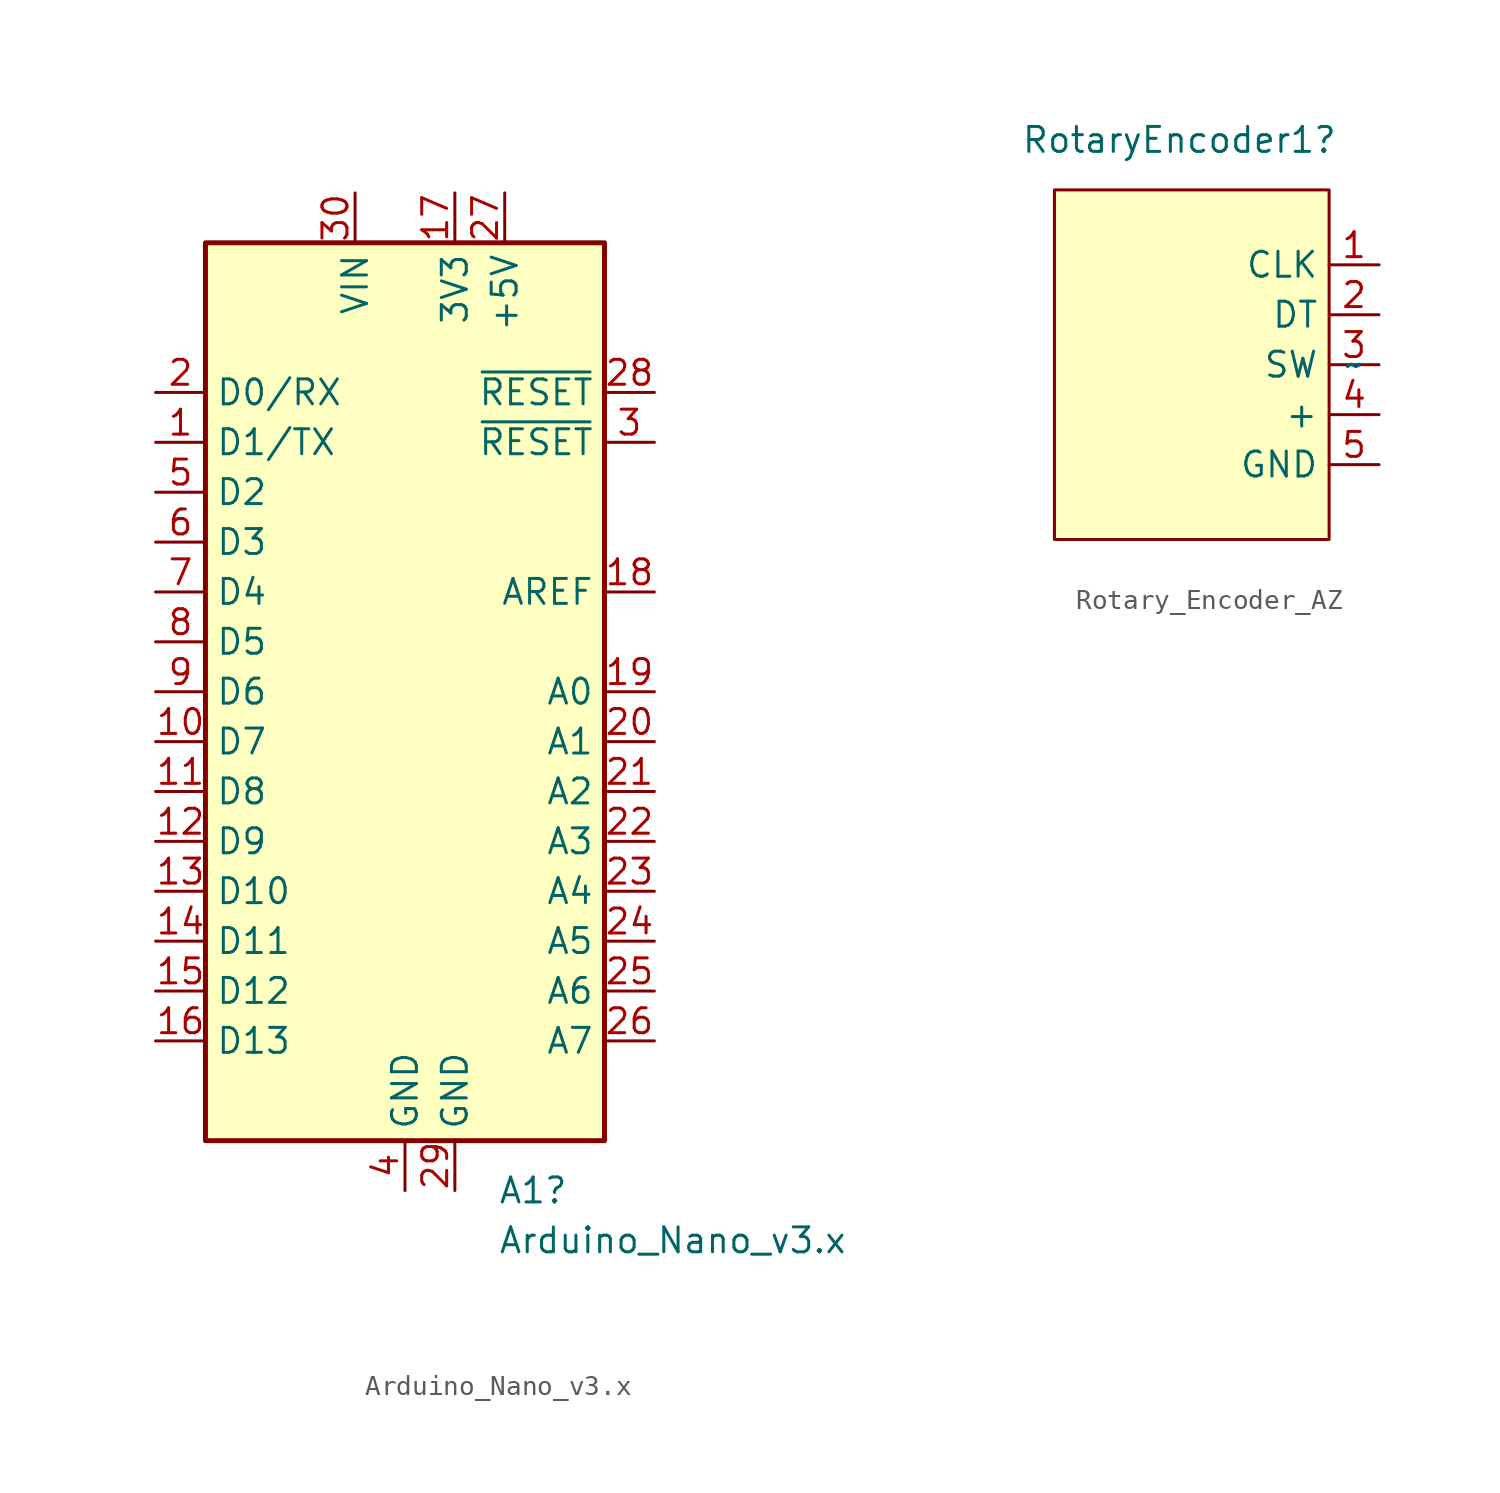
<source format=kicad_sym>
(kicad_symbol_lib
  (version 20220914)
  (generator kicad_symbol_editor)
  (symbol "Arduino_Nano_v3.x"
    (property "Reference" "A1"
      (at 4.734 -25.4 0)
      (effects (font (size 1.27 1.27)) (justify left)))
    (property "Value" "Arduino_Nano_v3.x"
      (at 4.734 -27.94 0)
      (effects (font (size 1.27 1.27)) (justify left)))
    (symbol "Arduino_Nano_v3.x_0_1"
      (rectangle (start -10.16 22.86) (end 10.16 -22.86) (stroke (width 0.254) (type default)) (fill (type background))))
    (symbol "Arduino_Nano_v3.x_1_1"
      (pin bidirectional line (at -12.7 12.7 0) (length 2.54) (name "D1/TX" (effects (font (size 1.27 1.27)))) (number "1" (effects (font (size 1.27 1.27)))))
      (pin bidirectional line (at -12.7 -2.54 0) (length 2.54) (name "D7" (effects (font (size 1.27 1.27)))) (number "10" (effects (font (size 1.27 1.27)))))
      (pin bidirectional line (at -12.7 -5.08 0) (length 2.54) (name "D8" (effects (font (size 1.27 1.27)))) (number "11" (effects (font (size 1.27 1.27)))))
      (pin bidirectional line (at -12.7 -7.62 0) (length 2.54) (name "D9" (effects (font (size 1.27 1.27)))) (number "12" (effects (font (size 1.27 1.27)))))
      (pin bidirectional line (at -12.7 -10.16 0) (length 2.54) (name "D10" (effects (font (size 1.27 1.27)))) (number "13" (effects (font (size 1.27 1.27)))))
      (pin bidirectional line (at -12.7 -12.7 0) (length 2.54) (name "D11" (effects (font (size 1.27 1.27)))) (number "14" (effects (font (size 1.27 1.27)))))
      (pin bidirectional line (at -12.7 -15.24 0) (length 2.54) (name "D12" (effects (font (size 1.27 1.27)))) (number "15" (effects (font (size 1.27 1.27)))))
      (pin bidirectional line (at -12.7 -17.78 0) (length 2.54) (name "D13" (effects (font (size 1.27 1.27)))) (number "16" (effects (font (size 1.27 1.27)))))
      (pin power_out line (at 2.54 25.4 270) (length 2.54) (name "3V3" (effects (font (size 1.27 1.27)))) (number "17" (effects (font (size 1.27 1.27)))))
      (pin input line (at 12.7 5.08 180) (length 2.54) (name "AREF" (effects (font (size 1.27 1.27)))) (number "18" (effects (font (size 1.27 1.27)))))
      (pin bidirectional line (at 12.7 0 180) (length 2.54) (name "A0" (effects (font (size 1.27 1.27)))) (number "19" (effects (font (size 1.27 1.27)))))
      (pin bidirectional line (at -12.7 15.24 0) (length 2.54) (name "D0/RX" (effects (font (size 1.27 1.27)))) (number "2" (effects (font (size 1.27 1.27)))))
      (pin bidirectional line (at 12.7 -2.54 180) (length 2.54) (name "A1" (effects (font (size 1.27 1.27)))) (number "20" (effects (font (size 1.27 1.27)))))
      (pin bidirectional line (at 12.7 -5.08 180) (length 2.54) (name "A2" (effects (font (size 1.27 1.27)))) (number "21" (effects (font (size 1.27 1.27)))))
      (pin bidirectional line (at 12.7 -7.62 180) (length 2.54) (name "A3" (effects (font (size 1.27 1.27)))) (number "22" (effects (font (size 1.27 1.27)))))
      (pin bidirectional line (at 12.7 -10.16 180) (length 2.54) (name "A4" (effects (font (size 1.27 1.27)))) (number "23" (effects (font (size 1.27 1.27)))))
      (pin bidirectional line (at 12.7 -12.7 180) (length 2.54) (name "A5" (effects (font (size 1.27 1.27)))) (number "24" (effects (font (size 1.27 1.27)))))
      (pin bidirectional line (at 12.7 -15.24 180) (length 2.54) (name "A6" (effects (font (size 1.27 1.27)))) (number "25" (effects (font (size 1.27 1.27)))))
      (pin bidirectional line (at 12.7 -17.78 180) (length 2.54) (name "A7" (effects (font (size 1.27 1.27)))) (number "26" (effects (font (size 1.27 1.27)))))
      (pin power_out line (at 5.08 25.4 270) (length 2.54) (name "+5V" (effects (font (size 1.27 1.27)))) (number "27" (effects (font (size 1.27 1.27)))))
      (pin input line (at 12.7 15.24 180) (length 2.54) (name "~{RESET}" (effects (font (size 1.27 1.27)))) (number "28" (effects (font (size 1.27 1.27)))))
      (pin power_in line (at 2.54 -25.4 90) (length 2.54) (name "GND" (effects (font (size 1.27 1.27)))) (number "29" (effects (font (size 1.27 1.27)))))
      (pin input line (at 12.7 12.7 180) (length 2.54) (name "~{RESET}" (effects (font (size 1.27 1.27)))) (number "3" (effects (font (size 1.27 1.27)))))
      (pin power_in line (at -2.54 25.4 270) (length 2.54) (name "VIN" (effects (font (size 1.27 1.27)))) (number "30" (effects (font (size 1.27 1.27)))))
      (pin power_in line (at 0 -25.4 90) (length 2.54) (name "GND" (effects (font (size 1.27 1.27)))) (number "4" (effects (font (size 1.27 1.27)))))
      (pin bidirectional line (at -12.7 10.16 0) (length 2.54) (name "D2" (effects (font (size 1.27 1.27)))) (number "5" (effects (font (size 1.27 1.27)))))
      (pin bidirectional line (at -12.7 7.62 0) (length 2.54) (name "D3" (effects (font (size 1.27 1.27)))) (number "6" (effects (font (size 1.27 1.27)))))
      (pin bidirectional line (at -12.7 5.08 0) (length 2.54) (name "D4" (effects (font (size 1.27 1.27)))) (number "7" (effects (font (size 1.27 1.27)))))
      (pin bidirectional line (at -12.7 2.54 0) (length 2.54) (name "D5" (effects (font (size 1.27 1.27)))) (number "8" (effects (font (size 1.27 1.27)))))
      (pin bidirectional line (at -12.7 0 0) (length 2.54) (name "D6" (effects (font (size 1.27 1.27)))) (number "9" (effects (font (size 1.27 1.27)))))))
  (symbol "Rotary_Encoder_AZ"
    (property "Reference" "RotaryEncoder1"
      (at 0 11.43 0)
      (effects (font (size 1.27 1.27))))
    (property "Value" "~"
      (at 8.89 0 0)
      (effects (font (size 1.27 1.27))))
    (symbol "Rotary_Encoder_AZ_0_1"
      (rectangle (start -6.35 8.89) (end 7.62 -8.89) (stroke (width 0) (type solid)) (fill (type background))))
    (symbol "Rotary_Encoder_AZ_1_1"
      (pin output line (at 10.16 5.08 180) (length 2.54) (name "CLK" (effects (font (size 1.27 1.27)))) (number "1" (effects (font (size 1.27 1.27)))))
      (pin output line (at 10.16 2.54 180) (length 2.54) (name "DT" (effects (font (size 1.27 1.27)))) (number "2" (effects (font (size 1.27 1.27)))))
      (pin output line (at 10.16 0 180) (length 2.54) (name "SW" (effects (font (size 1.27 1.27)))) (number "3" (effects (font (size 1.27 1.27)))))
      (pin power_in line (at 10.16 -2.54 180) (length 2.54) (name "+" (effects (font (size 1.27 1.27)))) (number "4" (effects (font (size 1.27 1.27)))))
      (pin power_out line (at 10.16 -5.08 180) (length 2.54) (name "GND" (effects (font (size 1.27 1.27)))) (number "5" (effects (font (size 1.27 1.27))))))))
</source>
